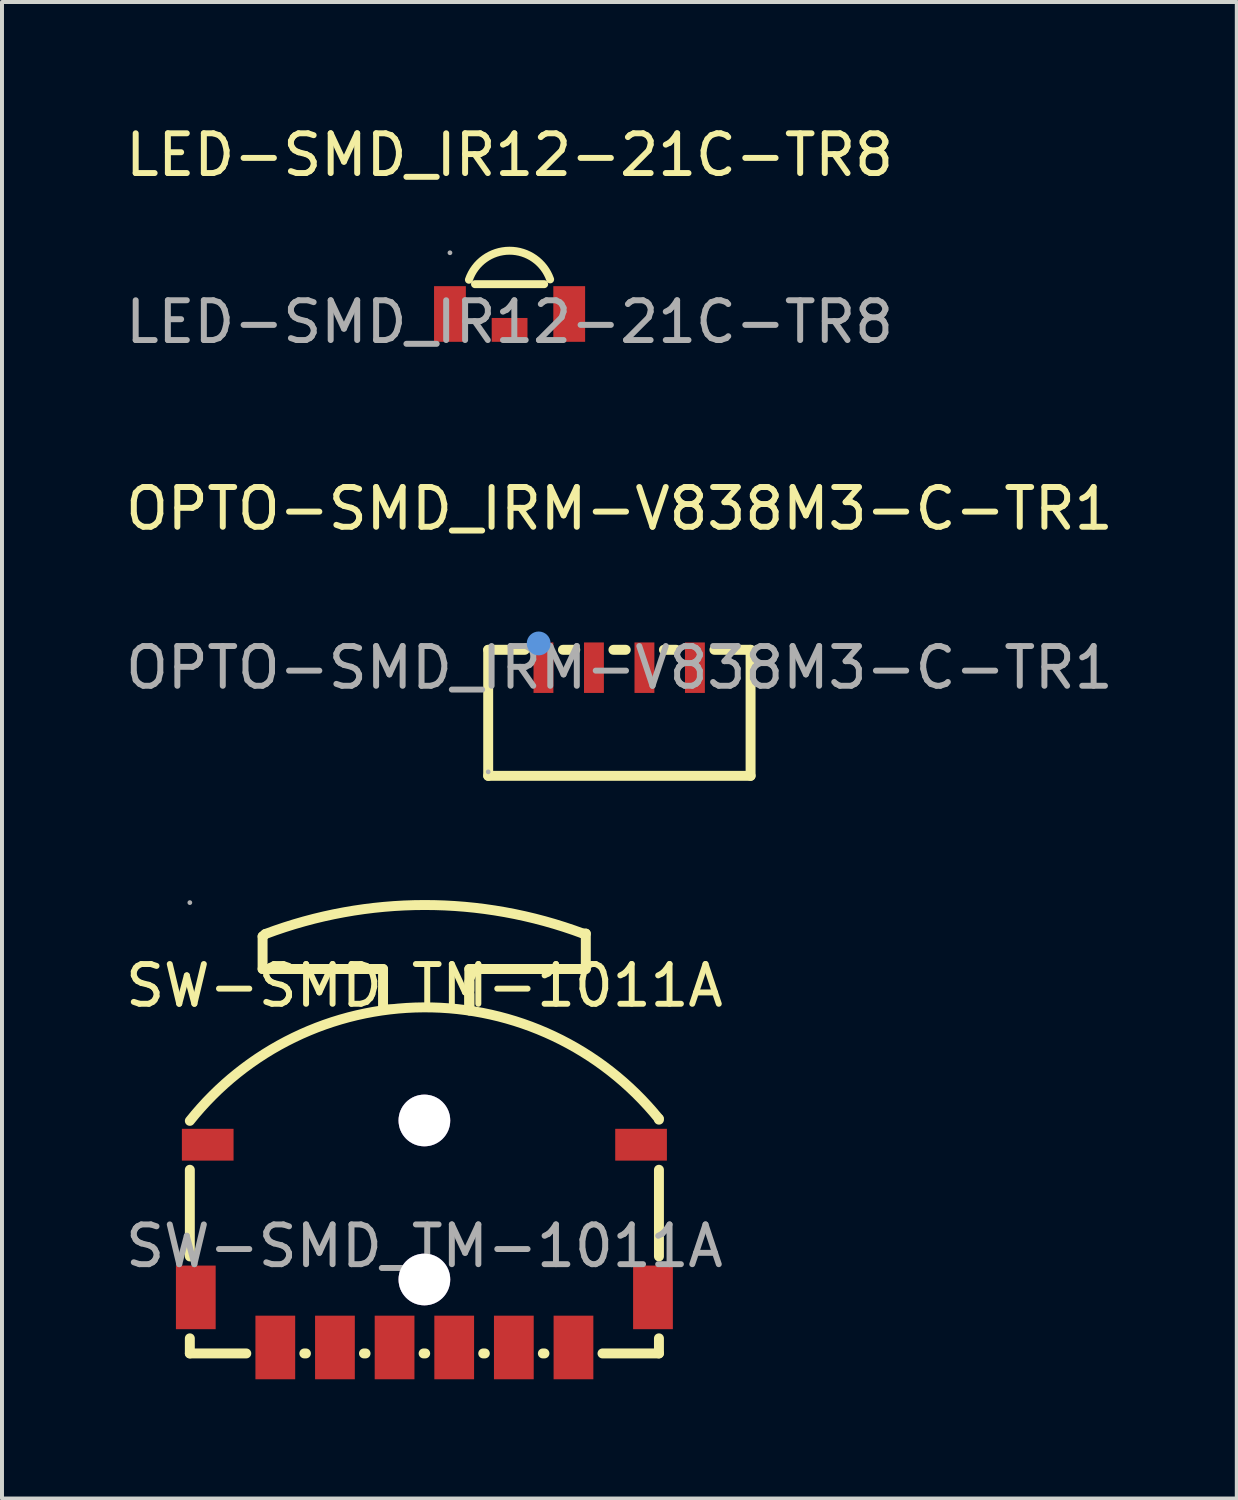
<source format=kicad_pcb>
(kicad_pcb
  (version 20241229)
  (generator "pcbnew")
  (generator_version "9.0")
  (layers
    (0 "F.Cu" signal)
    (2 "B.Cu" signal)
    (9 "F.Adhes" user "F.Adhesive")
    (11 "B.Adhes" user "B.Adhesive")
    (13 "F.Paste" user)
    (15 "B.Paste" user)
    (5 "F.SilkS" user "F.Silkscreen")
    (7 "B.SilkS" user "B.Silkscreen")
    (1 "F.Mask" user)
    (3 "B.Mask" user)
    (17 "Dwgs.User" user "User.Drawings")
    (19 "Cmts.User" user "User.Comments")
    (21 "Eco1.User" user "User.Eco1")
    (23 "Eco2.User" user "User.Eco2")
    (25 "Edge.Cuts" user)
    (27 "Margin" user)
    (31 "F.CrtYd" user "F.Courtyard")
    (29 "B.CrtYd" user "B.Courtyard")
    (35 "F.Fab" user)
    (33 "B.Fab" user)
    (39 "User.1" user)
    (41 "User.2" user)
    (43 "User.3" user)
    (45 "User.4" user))
  (footprint "OPTO-SMD_IRM-V838M3-C-TR1"
    (layer "F.Cu")
    (at 12.53 13.745)
    (property "Reference" "OPTO-SMD_IRM-V838M3-C-TR1" (at 0 -4 0) (layer "F.SilkS") (effects (font (size 1 1) (thickness 0.15))))
    (attr smd)
    (fp_line (start -3.3 -0.45) (end -2.38 -0.45) (stroke (width 0.25) (type solid)) (layer "F.SilkS"))
    (fp_line (start -3.3 2.72) (end -3.3 -0.45) (stroke (width 0.25) (type solid)) (layer "F.SilkS"))
    (fp_line (start -1.42 -0.45) (end -1.11 -0.45) (stroke (width 0.25) (type solid)) (layer "F.SilkS"))
    (fp_line (start -0.15 -0.45) (end 0.16 -0.45) (stroke (width 0.25) (type solid)) (layer "F.SilkS"))
    (fp_line (start 1.12 -0.45) (end 1.43 -0.45) (stroke (width 0.25) (type solid)) (layer "F.SilkS"))
    (fp_line (start 2.39 -0.45) (end 3.3 -0.45) (stroke (width 0.25) (type solid)) (layer "F.SilkS"))
    (fp_line (start 3.3 -0.45) (end 3.3 2.72) (stroke (width 0.25) (type solid)) (layer "F.SilkS"))
    (fp_line (start 3.3 2.72) (end -3.3 2.72) (stroke (width 0.25) (type solid)) (layer "F.SilkS"))
    (fp_circle (center -2.03 -0.61) (end -1.88 -0.61) (stroke (width 0.3) (type solid)) (fill no) (layer "Cmts.User"))
    (fp_circle (center -3.3 2.62) (end -3.27 2.62) (stroke (width 0.06) (type solid)) (fill no) (layer "F.Fab"))
    (fp_text user "${REFERENCE}" (at 0 0 0) (layer "F.Fab") (effects (font (size 1 1) (thickness 0.15))))
    (pad "1" smd rect (at -1.91 0 180) (size 0.5 1.27) (layers "F.Cu" "F.Mask" "F.Paste"))
    (pad "2" smd rect (at -0.64 0 180) (size 0.5 1.27) (layers "F.Cu" "F.Mask" "F.Paste"))
    (pad "3" smd rect (at 0.63 0 180) (size 0.5 1.27) (layers "F.Cu" "F.Mask" "F.Paste"))
    (pad "4" smd rect (at 1.9 0 180) (size 0.5 1.27) (layers "F.Cu" "F.Mask" "F.Paste")))
  (footprint "SW-SMD_TM-1011A"
    (layer "F.Cu")
    (at 7.625 28.294)
    (property "Reference" "SW-SMD_TM-1011A" (at 0 -6.55 0) (layer "F.SilkS") (effects (font (size 1 1) (thickness 0.15))))
    (attr smd)
    (fp_line (start -5.9 0.26) (end -5.9 -1.92) (stroke (width 0.25) (type solid)) (layer "F.SilkS"))
    (fp_line (start -5.9 2.7) (end -5.9 2.32) (stroke (width 0.25) (type solid)) (layer "F.SilkS"))
    (fp_line (start -4.48 2.7) (end -5.9 2.7) (stroke (width 0.25) (type solid)) (layer "F.SilkS"))
    (fp_line (start -4.07 -7.79) (end -4.07 -6.97) (stroke (width 0.25) (type solid)) (layer "F.SilkS"))
    (fp_line (start -4.07 -6.97) (end -1.04 -6.97) (stroke (width 0.25) (type solid)) (layer "F.SilkS"))
    (fp_line (start -4 -7.85) (end -4.07 -7.79) (stroke (width 0.25) (type solid)) (layer "F.SilkS"))
    (fp_line (start -2.98 2.7) (end -3.02 2.7) (stroke (width 0.25) (type solid)) (layer "F.SilkS"))
    (fp_line (start -1.48 2.7) (end -1.52 2.7) (stroke (width 0.25) (type solid)) (layer "F.SilkS"))
    (fp_line (start -1.04 -6.97) (end -1.04 -6.43) (stroke (width 0.25) (type solid)) (layer "F.SilkS"))
    (fp_line (start -1.04 -6.43) (end -1.04 -6.04) (stroke (width 0.25) (type solid)) (layer "F.SilkS"))
    (fp_line (start 0.02 2.7) (end -0.02 2.7) (stroke (width 0.25) (type solid)) (layer "F.SilkS"))
    (fp_line (start 1.13 -6.97) (end 1.13 -6.43) (stroke (width 0.25) (type solid)) (layer "F.SilkS"))
    (fp_line (start 1.13 -6.65) (end 1.13 -5.93) (stroke (width 0.25) (type solid)) (layer "F.SilkS"))
    (fp_line (start 1.13 -6.33) (end 1.13 -5.93) (stroke (width 0.25) (type solid)) (layer "F.SilkS"))
    (fp_line (start 1.52 2.7) (end 1.48 2.7) (stroke (width 0.25) (type solid)) (layer "F.SilkS"))
    (fp_line (start 3.02 2.7) (end 2.98 2.7) (stroke (width 0.25) (type solid)) (layer "F.SilkS"))
    (fp_line (start 4 -7.86) (end 4.06 -7.86) (stroke (width 0.25) (type solid)) (layer "F.SilkS"))
    (fp_line (start 4.06 -7.86) (end 4.06 -6.97) (stroke (width 0.25) (type solid)) (layer "F.SilkS"))
    (fp_line (start 4.06 -6.97) (end 1.13 -6.97) (stroke (width 0.25) (type solid)) (layer "F.SilkS"))
    (fp_line (start 5.9 -3.2) (end 5.9 -3.18) (stroke (width 0.25) (type solid)) (layer "F.SilkS"))
    (fp_line (start 5.9 -1.92) (end 5.9 0.26) (stroke (width 0.25) (type solid)) (layer "F.SilkS"))
    (fp_line (start 5.9 2.32) (end 5.9 2.7) (stroke (width 0.25) (type solid)) (layer "F.SilkS"))
    (fp_line (start 5.9 2.7) (end 4.48 2.7) (stroke (width 0.25) (type solid)) (layer "F.SilkS"))
    (fp_arc (start -5.9 -3.15) (mid -0.018153 -6.004988) (end 5.892192 -3.209472) (stroke (width 0.25) (type solid)) (layer "F.SilkS"))
    (fp_arc (start -4 -7.85) (mid -0.000918 -8.579275) (end 3.999555 -7.857669) (stroke (width 0.25) (type solid)) (layer "F.SilkS"))
    (fp_circle (center -5.9 -8.64) (end -5.87 -8.64) (stroke (width 0.06) (type solid)) (fill no) (layer "F.Fab"))
    (fp_circle (center 0 -3.16) (end 0.28 -3.16) (stroke (width 0.55) (type solid)) (fill no) (layer "F.Fab"))
    (fp_circle (center 0 0.84) (end 0.28 0.84) (stroke (width 0.55) (type solid)) (fill no) (layer "F.Fab"))
    (fp_text user "${REFERENCE}" (at 0 0 0) (layer "F.Fab") (effects (font (size 1 1) (thickness 0.15))))
    (pad "" thru_hole circle (at 0 -3.16) (size 1.3 1.3) (drill 1.3) (layers "*.Cu" "*.Mask"))
    (pad "" thru_hole circle (at 0 0.84) (size 1.3 1.3) (drill 1.3) (layers "*.Cu" "*.Mask"))
    (pad "a" smd rect (at -5.45 -2.55) (size 1.3 0.8) (layers "F.Cu" "F.Mask" "F.Paste"))
    (pad "a" smd rect (at 5.45 -2.55) (size 1.3 0.8) (layers "F.Cu" "F.Mask" "F.Paste"))
    (pad "b" smd rect (at 3.75 2.55) (size 1 1.6) (layers "F.Cu" "F.Mask" "F.Paste"))
    (pad "c" smd rect (at 2.25 2.55) (size 1 1.6) (layers "F.Cu" "F.Mask" "F.Paste"))
    (pad "d" smd rect (at 0.75 2.55) (size 1 1.6) (layers "F.Cu" "F.Mask" "F.Paste"))
    (pad "e" smd rect (at -0.75 2.55) (size 1 1.6) (layers "F.Cu" "F.Mask" "F.Paste"))
    (pad "f" smd rect (at -2.25 2.55) (size 1 1.6) (layers "F.Cu" "F.Mask" "F.Paste"))
    (pad "g" smd rect (at -3.75 2.55) (size 1 1.6) (layers "F.Cu" "F.Mask" "F.Paste"))
    (pad "s" smd rect (at -5.75 1.29) (size 1 1.6) (layers "F.Cu" "F.Mask" "F.Paste"))
    (pad "s" smd rect (at 5.75 1.29) (size 1 1.6) (layers "F.Cu" "F.Mask" "F.Paste")))
  (footprint "LED-SMD_IR12-21C-TR8"
    (layer "F.Cu")
    (at 9.768 5.048)
    (property "Reference" "LED-SMD_IR12-21C-TR8" (at 0 -4.2 0) (layer "F.SilkS") (effects (font (size 1 1) (thickness 0.15))))
    (attr smd)
    (fp_line (start -0.87 -0.95) (end 0.87 -0.95) (stroke (width 0.2) (type solid)) (layer "F.SilkS"))
    (fp_arc (start -1.023103 -1.061084) (mid -0.00472 -1.791655) (end 1.02 -1.07) (stroke (width 0.2) (type solid)) (layer "F.SilkS"))
    (fp_circle (center -1.5 -1.74) (end -1.47 -1.74) (stroke (width 0.06) (type solid)) (fill no) (layer "F.Fab"))
    (fp_text user "${REFERENCE}" (at 0 0 0) (layer "F.Fab") (effects (font (size 1 1) (thickness 0.15))))
    (pad "1" smd rect (at -1.5 -0.2 180) (size 0.8 1.4) (layers "F.Cu" "F.Mask" "F.Paste"))
    (pad "2" smd rect (at 1.5 -0.2 180) (size 0.8 1.4) (layers "F.Cu" "F.Mask" "F.Paste"))
    (pad "3" smd rect (at 0 0.2 180) (size 0.9 0.6) (layers "F.Cu" "F.Mask" "F.Paste")))
  (gr_rect
    (start -3 -3)
    (end 28.06 34.644)
    (stroke (width 0.1) (type default))
    (fill no)
    (layer "Edge.Cuts")))
</source>
